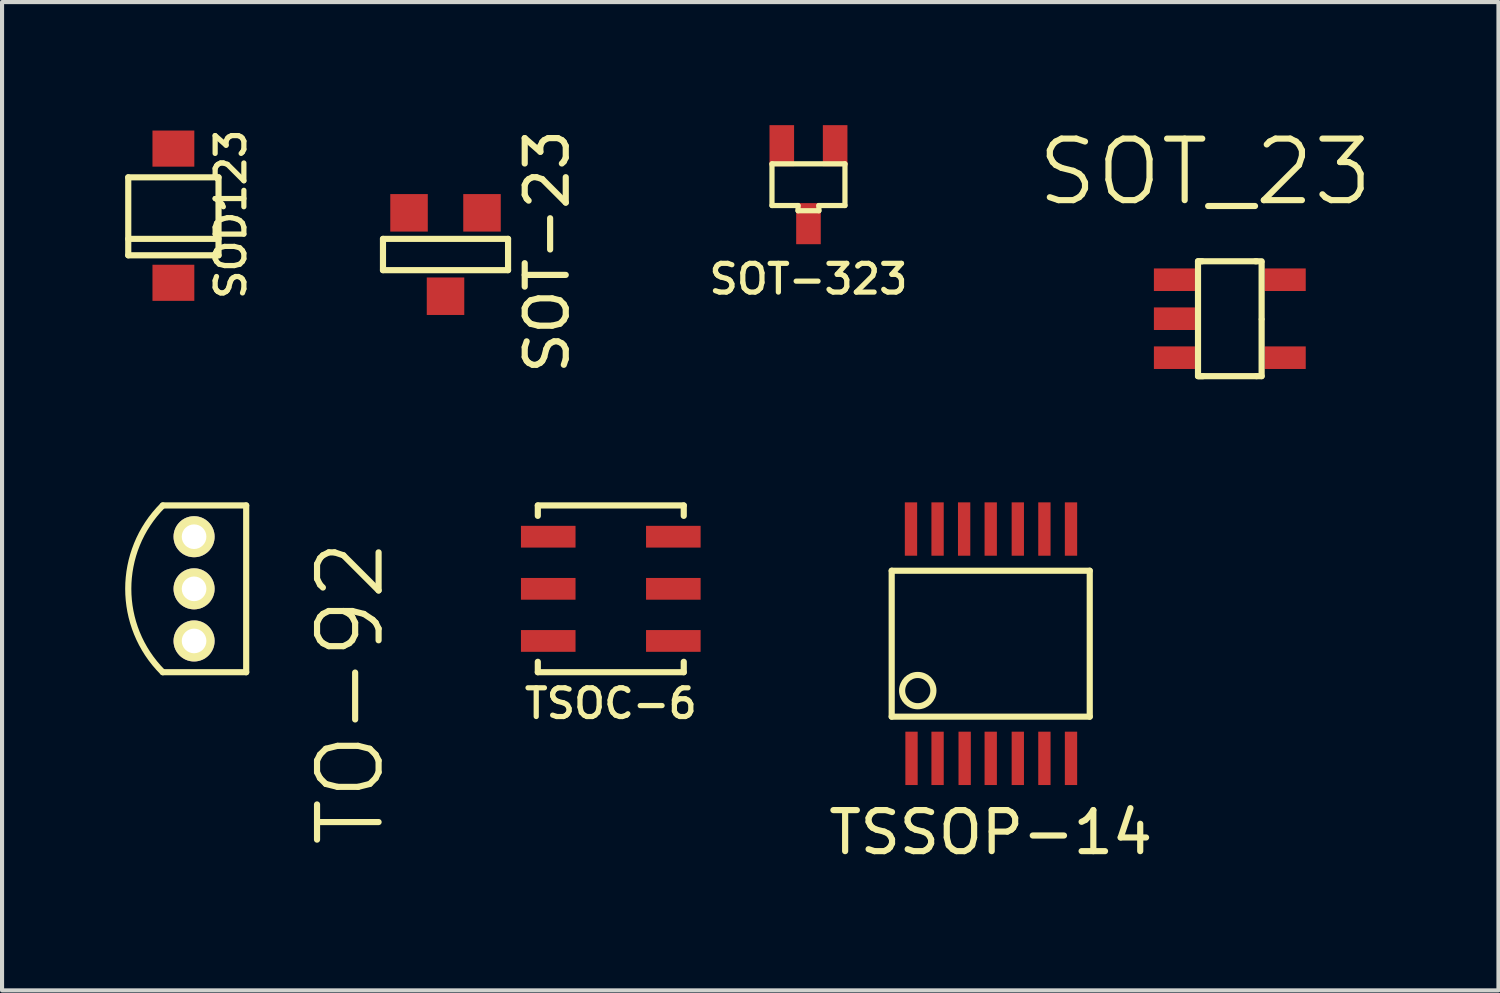
<source format=kicad_pcb>
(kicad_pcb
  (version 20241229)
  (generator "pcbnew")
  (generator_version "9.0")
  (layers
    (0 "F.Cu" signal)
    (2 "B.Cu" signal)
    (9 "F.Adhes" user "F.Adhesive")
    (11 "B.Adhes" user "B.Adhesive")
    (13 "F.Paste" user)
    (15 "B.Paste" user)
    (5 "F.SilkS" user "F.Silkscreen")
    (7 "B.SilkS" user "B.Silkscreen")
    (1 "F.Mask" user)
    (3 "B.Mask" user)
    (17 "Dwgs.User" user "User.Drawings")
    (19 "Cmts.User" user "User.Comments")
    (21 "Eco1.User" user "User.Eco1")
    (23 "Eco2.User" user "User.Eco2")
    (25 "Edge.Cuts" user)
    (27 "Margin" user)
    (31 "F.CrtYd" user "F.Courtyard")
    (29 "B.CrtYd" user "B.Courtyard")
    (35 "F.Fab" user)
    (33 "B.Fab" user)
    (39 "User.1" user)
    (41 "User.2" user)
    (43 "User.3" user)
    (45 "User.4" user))
  (footprint "SOD123"
    (layer "F.Cu")
    (at 1.175 2.171)
    (property "Reference" "SOD123" (at 1.4 0 90) (layer "F.SilkS") (effects (font (size 0.7 0.7) (thickness 0.127))))
    (attr through_hole)
    (fp_line (start -1.1 -0.9) (end 1.1 -0.9) (stroke (width 0.15) (type solid)) (layer "F.SilkS"))
    (fp_line (start -1.1 0.6) (end 1.1 0.6) (stroke (width 0.15) (type solid)) (layer "F.SilkS"))
    (fp_line (start -1.1 1) (end -1.1 -0.9) (stroke (width 0.15) (type solid)) (layer "F.SilkS"))
    (fp_line (start 1.1 -0.9) (end 1.1 1) (stroke (width 0.15) (type solid)) (layer "F.SilkS"))
    (fp_line (start 1.1 1) (end -1.1 1) (stroke (width 0.15) (type solid)) (layer "F.SilkS"))
    (pad "1" smd rect (at 0 -1.6 270) (size 0.88 1.02) (layers "F.Cu" "F.Mask" "F.Paste"))
    (pad "2" smd rect (at 0 1.67 270) (size 0.88 1.02) (layers "F.Cu" "F.Mask" "F.Paste")))
  (footprint "SOT-23"
    (layer "F.Cu")
    (at 7.806 3.152)
    (property "Reference" "SOT-23" (at 2.475 -0.075 90) (layer "F.SilkS") (effects (font (size 1 1) (thickness 0.15))))
    (attr smd)
    (fp_line (start -1.524 -0.381) (end 1.524 -0.381) (stroke (width 0.15) (type solid)) (layer "F.SilkS"))
    (fp_line (start -1.524 0.381) (end -1.524 -0.381) (stroke (width 0.15) (type solid)) (layer "F.SilkS"))
    (fp_line (start 1.524 -0.381) (end 1.524 0.381) (stroke (width 0.15) (type solid)) (layer "F.SilkS"))
    (fp_line (start 1.524 0.381) (end -1.524 0.381) (stroke (width 0.15) (type solid)) (layer "F.SilkS"))
    (pad "1" smd rect (at 0.889 -1.016) (size 0.914 0.914) (layers "F.Cu" "F.Mask" "F.Paste"))
    (pad "2" smd rect (at -0.889 -1.016) (size 0.914 0.914) (layers "F.Cu" "F.Mask" "F.Paste"))
    (pad "3" smd rect (at 0 1.016) (size 0.914 0.914) (layers "F.Cu" "F.Mask" "F.Paste")))
  (footprint "SOT_23"
    (layer "F.Cu")
    (at 25.567 4.716)
    (property "Reference" "SOT_23" (at 0.75 -3.575 0) (layer "F.SilkS") (effects (font (size 1.5 1.5) (thickness 0.15))))
    (attr through_hole)
    (fp_line (start 0.575 -1.4) (end 0.575 1.4) (stroke (width 0.15) (type solid)) (layer "F.SilkS"))
    (fp_line (start 0.575 -1.4) (end 0.675 -1.4) (stroke (width 0.15) (type solid)) (layer "F.SilkS"))
    (fp_line (start 0.575 1.4) (end 0.7 1.4) (stroke (width 0.15) (type solid)) (layer "F.SilkS"))
    (fp_line (start 0.6 1.4) (end 2 1.4) (stroke (width 0.15) (type solid)) (layer "F.SilkS"))
    (fp_line (start 1.975 -1.4) (end 2.125 -1.4) (stroke (width 0.15) (type solid)) (layer "F.SilkS"))
    (fp_line (start 2 -1.4) (end 0.6 -1.4) (stroke (width 0.15) (type solid)) (layer "F.SilkS"))
    (fp_line (start 2 1.4) (end 2.125 1.4) (stroke (width 0.15) (type solid)) (layer "F.SilkS"))
    (fp_line (start 2.125 0) (end 2.125 -1.375) (stroke (width 0.15) (type solid)) (layer "F.SilkS"))
    (fp_line (start 2.125 0.025) (end 2.125 1.4) (stroke (width 0.15) (type solid)) (layer "F.SilkS"))
    (pad "1" smd rect (at 0 -0.95) (size 1 0.55) (layers "F.Cu" "F.Mask" "F.Paste"))
    (pad "2" smd rect (at 0 0) (size 1 0.55) (layers "F.Cu" "F.Mask" "F.Paste"))
    (pad "3" smd rect (at 0 0.95) (size 1 0.55) (layers "F.Cu" "F.Mask" "F.Paste"))
    (pad "4" smd rect (at 2.7 0.95) (size 1 0.55) (layers "F.Cu" "F.Mask" "F.Paste"))
    (pad "5" smd rect (at 2.7 -0.95) (size 1 0.55) (layers "F.Cu" "F.Mask" "F.Paste")))
  (footprint "TO-92"
    (layer "F.Cu")
    (at 1.679 11.298)
    (property "Reference" "TO-92" (at 3.81 2.54 90) (layer "F.SilkS") (effects (font (size 1.5 1.5) (thickness 0.15))))
    (attr through_hole)
    (fp_line (start -0.762 2.032) (end 1.27 2.032) (stroke (width 0.15) (type solid)) (layer "F.SilkS"))
    (fp_line (start 1.27 -2.032) (end -0.762 -2.032) (stroke (width 0.15) (type solid)) (layer "F.SilkS"))
    (fp_line (start 1.27 -2.032) (end 1.27 2.032) (stroke (width 0.15) (type solid)) (layer "F.SilkS"))
    (fp_arc (start -0.762 2.032) (mid -1.603682 0) (end -0.762 -2.032) (stroke (width 0.15) (type solid)) (layer "F.SilkS"))
    (pad "1" thru_hole circle (at 0 1.27) (size 1 1) (drill 0.6) (layers "*.Cu" "*.Mask" "F.SilkS"))
    (pad "2" thru_hole circle (at 0 0) (size 1 1) (drill 0.6) (layers "*.Cu" "*.Mask" "F.SilkS"))
    (pad "3" thru_hole circle (at 0 -1.27) (size 1 1) (drill 0.6) (layers "*.Cu" "*.Mask" "F.SilkS")))
  (footprint "TSOC-6"
    (layer "F.Cu")
    (at 11.833 11.298)
    (property "Reference" "TSOC-6" (at 0 2.794 0) (layer "F.SilkS") (effects (font (size 0.7 0.7) (thickness 0.127))))
    (attr smd)
    (fp_line (start -1.778 -2.032) (end 1.778 -2.032) (stroke (width 0.15) (type solid)) (layer "F.SilkS"))
    (fp_line (start -1.778 -1.778) (end -1.778 -2.032) (stroke (width 0.15) (type solid)) (layer "F.SilkS"))
    (fp_line (start -1.778 2.032) (end -1.778 1.778) (stroke (width 0.15) (type solid)) (layer "F.SilkS"))
    (fp_line (start 1.778 -2.032) (end 1.778 -1.778) (stroke (width 0.15) (type solid)) (layer "F.SilkS"))
    (fp_line (start 1.778 1.778) (end 1.778 2.032) (stroke (width 0.15) (type solid)) (layer "F.SilkS"))
    (fp_line (start 1.778 2.032) (end -1.778 2.032) (stroke (width 0.15) (type solid)) (layer "F.SilkS"))
    (pad "1" smd rect (at -1.524 -1.27) (size 1.33 0.53) (layers "F.Cu" "F.Mask" "F.Paste"))
    (pad "2" smd rect (at -1.524 0) (size 1.33 0.53) (layers "F.Cu" "F.Mask" "F.Paste"))
    (pad "3" smd rect (at -1.524 1.27) (size 1.33 0.53) (layers "F.Cu" "F.Mask" "F.Paste"))
    (pad "4" smd rect (at 1.524 1.27) (size 1.33 0.53) (layers "F.Cu" "F.Mask" "F.Paste"))
    (pad "5" smd rect (at 1.524 0) (size 1.33 0.53) (layers "F.Cu" "F.Mask" "F.Paste"))
    (pad "6" smd rect (at 1.524 -1.27) (size 1.33 0.53) (layers "F.Cu" "F.Mask" "F.Paste")))
  (footprint "TSSOP-14"
    (layer "F.Cu")
    (at 21.091 12.635)
    (property "Reference" "TSSOP-14" (at 0 4.6 0) (layer "F.SilkS") (effects (font (size 1 1) (thickness 0.15))))
    (attr smd)
    (fp_line (start -2.413 -1.778) (end 2.413 -1.778) (stroke (width 0.15) (type solid)) (layer "F.SilkS"))
    (fp_line (start -2.413 1.778) (end -2.413 -1.778) (stroke (width 0.15) (type solid)) (layer "F.SilkS"))
    (fp_line (start 2.413 -1.778) (end 2.413 1.778) (stroke (width 0.15) (type solid)) (layer "F.SilkS"))
    (fp_line (start 2.413 1.778) (end -2.413 1.778) (stroke (width 0.15) (type solid)) (layer "F.SilkS"))
    (fp_circle (center -1.778 1.143) (end -2.159 1.143) (stroke (width 0.15) (type solid)) (fill no) (layer "F.SilkS"))
    (pad "1" smd rect (at -1.93 2.794) (size 0.3 1.3) (layers "F.Cu" "F.Mask" "F.Paste"))
    (pad "2" smd rect (at -1.295 2.794) (size 0.3 1.3) (layers "F.Cu" "F.Mask" "F.Paste"))
    (pad "3" smd rect (at -0.635 2.794) (size 0.3 1.3) (layers "F.Cu" "F.Mask" "F.Paste"))
    (pad "4" smd rect (at 0 2.794) (size 0.3 1.3) (layers "F.Cu" "F.Mask" "F.Paste"))
    (pad "5" smd rect (at 0.66 2.794) (size 0.3 1.3) (layers "F.Cu" "F.Mask" "F.Paste"))
    (pad "6" smd rect (at 1.308 2.794) (size 0.3 1.3) (layers "F.Cu" "F.Mask" "F.Paste"))
    (pad "7" smd rect (at 1.956 2.794) (size 0.3 1.3) (layers "F.Cu" "F.Mask" "F.Paste"))
    (pad "8" smd rect (at 1.956 -2.794) (size 0.3 1.3) (layers "F.Cu" "F.Mask" "F.Paste"))
    (pad "9" smd rect (at 1.308 -2.794) (size 0.3 1.3) (layers "F.Cu" "F.Mask" "F.Paste"))
    (pad "10" smd rect (at 0.66 -2.794) (size 0.3 1.3) (layers "F.Cu" "F.Mask" "F.Paste"))
    (pad "11" smd rect (at 0 -2.794) (size 0.3 1.3) (layers "F.Cu" "F.Mask" "F.Paste"))
    (pad "12" smd rect (at -0.648 -2.794) (size 0.3 1.3) (layers "F.Cu" "F.Mask" "F.Paste"))
    (pad "13" smd rect (at -1.295 -2.794) (size 0.3 1.3) (layers "F.Cu" "F.Mask" "F.Paste"))
    (pad "14" smd rect (at -1.943 -2.794) (size 0.3 1.3) (layers "F.Cu" "F.Mask" "F.Paste")))
  (footprint "SOT-323"
    (layer "F.Cu")
    (at 16.65 1.45)
    (property "Reference" "SOT-323" (at 0 2.3 0) (layer "F.SilkS") (effects (font (size 0.7 0.7) (thickness 0.127))))
    (attr smd)
    (fp_line (start -0.889 -0.508) (end -0.889 0.508) (stroke (width 0.127) (type solid)) (layer "F.SilkS"))
    (fp_line (start -0.889 0.508) (end -0.254 0.508) (stroke (width 0.127) (type solid)) (layer "F.SilkS"))
    (fp_line (start -0.254 0.508) (end -0.254 0.635) (stroke (width 0.127) (type solid)) (layer "F.SilkS"))
    (fp_line (start -0.254 0.635) (end 0.254 0.635) (stroke (width 0.127) (type solid)) (layer "F.SilkS"))
    (fp_line (start 0.254 0.508) (end 0.889 0.508) (stroke (width 0.127) (type solid)) (layer "F.SilkS"))
    (fp_line (start 0.254 0.635) (end 0.254 0.508) (stroke (width 0.127) (type solid)) (layer "F.SilkS"))
    (fp_line (start 0.889 -0.508) (end -0.889 -0.508) (stroke (width 0.127) (type solid)) (layer "F.SilkS"))
    (fp_line (start 0.889 0.508) (end 0.889 -0.508) (stroke (width 0.127) (type solid)) (layer "F.SilkS"))
    (pad "1" smd rect (at 0.65 -0.95) (size 0.599 1.001) (layers "F.Cu" "F.Mask" "F.Paste"))
    (pad "2" smd rect (at -0.65 -0.95) (size 0.599 1.001) (layers "F.Cu" "F.Mask" "F.Paste"))
    (pad "3" smd rect (at 0 0.95) (size 0.599 1.001) (layers "F.Cu" "F.Mask" "F.Paste")))
  (gr_rect
    (start -3 -3)
    (end 33.463 21.083)
    (stroke (width 0.1) (type default))
    (fill no)
    (layer "Edge.Cuts")))
</source>
